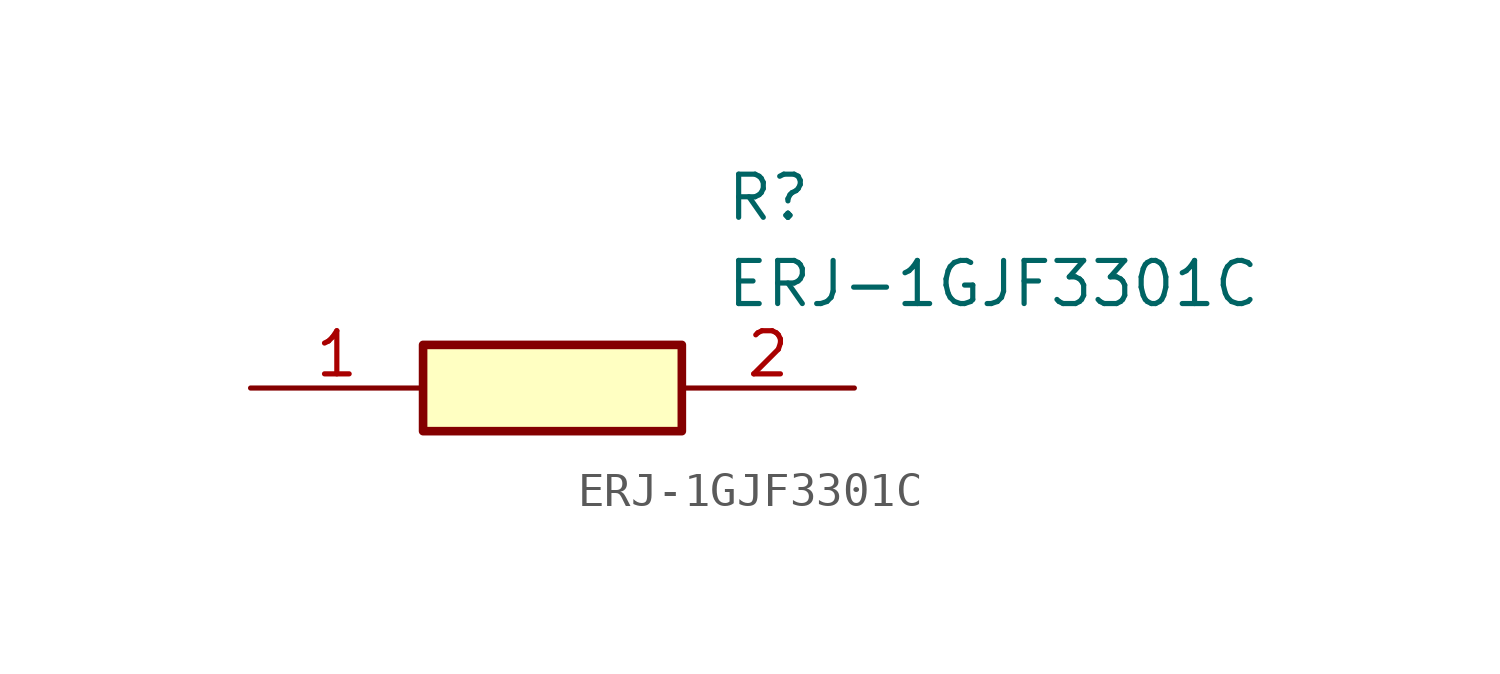
<source format=kicad_sym>
(kicad_symbol_lib
  (version 20211014)
  (generator SamacSys_ECAD_Model)
  (symbol "ERJ-1GJF3301C"
    (pin_names hide)
    (property "Reference" "R"
      (at 13.97 6.35 0)
      (effects (font (size 1.27 1.27)) (justify left top)))
    (property "Value" "ERJ-1GJF3301C"
      (at 13.97 3.81 0)
      (effects (font (size 1.27 1.27)) (justify left top)))
    (rectangle
      (start 5.08 1.27)
      (end 12.7 -1.27)
      (stroke (width 0.254) (type default))
      (fill (type background)))
    (pin passive line
      (at 0 0 0)
      (length 5.08)
      (name "1" (effects (font (size 1.27 1.27))))
      (number "1" (effects (font (size 1.27 1.27)))))
    (pin passive line
      (at 17.78 0 180)
      (length 5.08)
      (name "2" (effects (font (size 1.27 1.27))))
      (number "2" (effects (font (size 1.27 1.27)))))))
</source>
